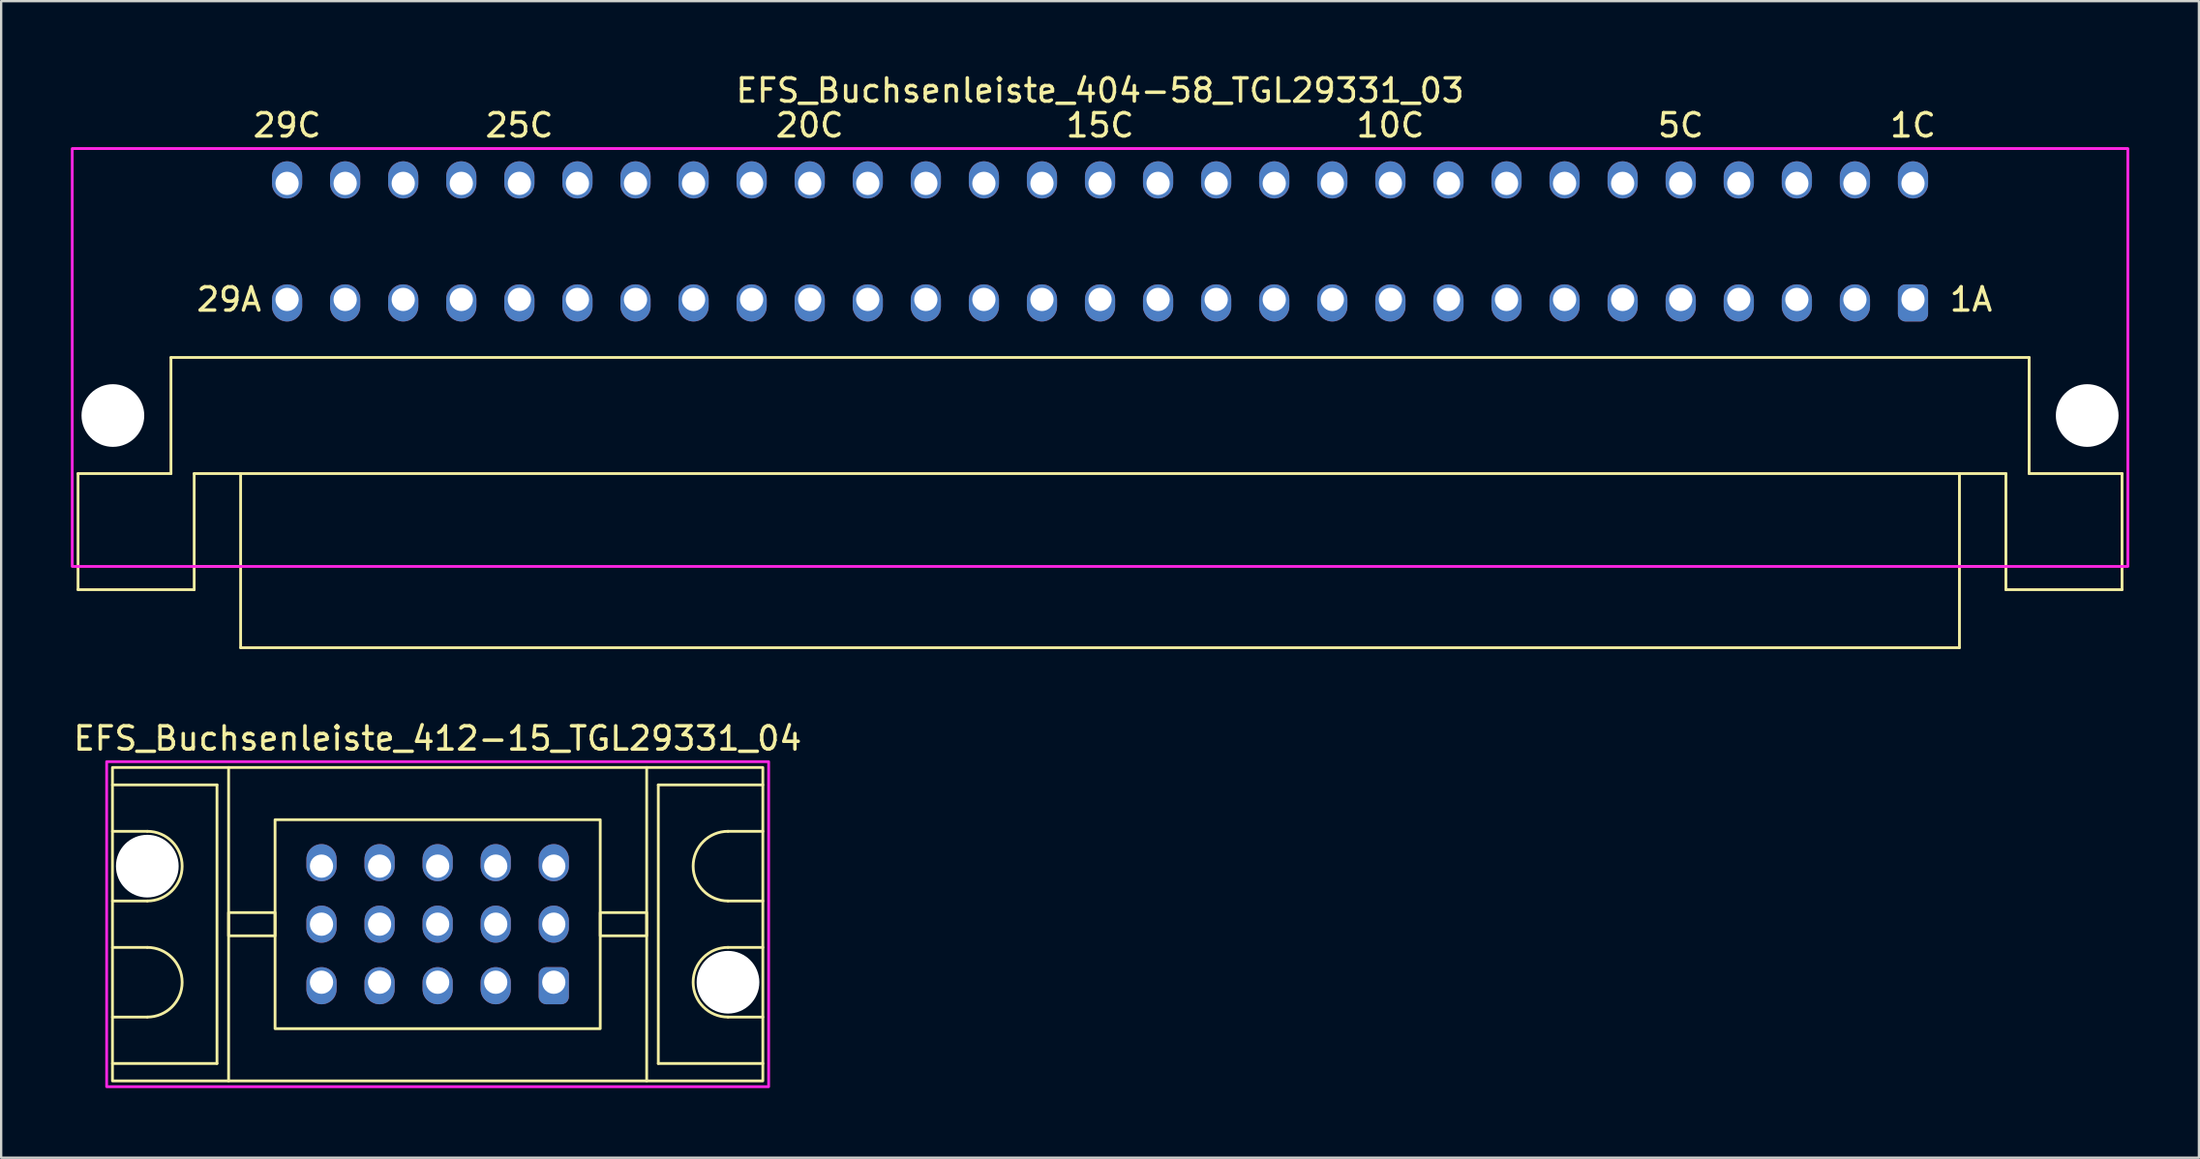
<source format=kicad_pcb>
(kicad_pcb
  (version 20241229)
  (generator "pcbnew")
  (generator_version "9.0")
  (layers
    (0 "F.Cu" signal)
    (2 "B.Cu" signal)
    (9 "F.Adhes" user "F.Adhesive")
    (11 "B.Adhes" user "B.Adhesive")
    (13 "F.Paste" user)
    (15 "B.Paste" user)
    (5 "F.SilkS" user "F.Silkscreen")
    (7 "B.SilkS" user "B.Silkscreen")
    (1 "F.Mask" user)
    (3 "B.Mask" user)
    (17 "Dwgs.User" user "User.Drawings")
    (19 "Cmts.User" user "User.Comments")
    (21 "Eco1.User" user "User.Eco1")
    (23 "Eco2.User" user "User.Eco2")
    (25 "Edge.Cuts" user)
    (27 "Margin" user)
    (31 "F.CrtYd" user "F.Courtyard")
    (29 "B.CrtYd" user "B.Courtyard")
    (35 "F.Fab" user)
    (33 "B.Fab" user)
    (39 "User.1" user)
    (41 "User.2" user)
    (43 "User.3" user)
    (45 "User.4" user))
  (footprint "EFS_Buchsenleiste_404-58_TGL29331_03"
    (layer "F.Cu")
    (at 44.31 21.348)
    (property "Reference" "EFS_Buchsenleiste_404-58_TGL29331_03" (at 0 -20.5 0) (layer "F.SilkS") (effects (font (size 1 1) (thickness 0.15))))
    (attr through_hole)
    (fp_line (start -44 -4) (end -44 1) (stroke (width 0.12) (type solid)) (layer "F.SilkS"))
    (fp_line (start -44 -4) (end -40 -4) (stroke (width 0.12) (type solid)) (layer "F.SilkS"))
    (fp_line (start -44 1) (end -39 1) (stroke (width 0.12) (type solid)) (layer "F.SilkS"))
    (fp_line (start -40 -9) (end -40 -4) (stroke (width 0.12) (type solid)) (layer "F.SilkS"))
    (fp_line (start -39 -4) (end -39 1) (stroke (width 0.12) (type solid)) (layer "F.SilkS"))
    (fp_line (start -39 -4) (end 39 -4) (stroke (width 0.12) (type solid)) (layer "F.SilkS"))
    (fp_line (start -37 0) (end -39 0) (stroke (width 0.12) (type solid)) (layer "F.SilkS"))
    (fp_line (start -37 3.5) (end -37 -4) (stroke (width 0.12) (type solid)) (layer "F.SilkS"))
    (fp_line (start -37 3.5) (end 37 3.5) (stroke (width 0.12) (type solid)) (layer "F.SilkS"))
    (fp_line (start 37 3.5) (end 37 -4) (stroke (width 0.12) (type solid)) (layer "F.SilkS"))
    (fp_line (start 39 -4) (end 39 1) (stroke (width 0.12) (type solid)) (layer "F.SilkS"))
    (fp_line (start 39 0) (end 37 0) (stroke (width 0.12) (type solid)) (layer "F.SilkS"))
    (fp_line (start 39 1) (end 44 1) (stroke (width 0.12) (type solid)) (layer "F.SilkS"))
    (fp_line (start 40 -9) (end -40 -9) (stroke (width 0.12) (type solid)) (layer "F.SilkS"))
    (fp_line (start 40 -9) (end 40 -4) (stroke (width 0.12) (type solid)) (layer "F.SilkS"))
    (fp_line (start 40 -4) (end 44 -4) (stroke (width 0.12) (type solid)) (layer "F.SilkS"))
    (fp_line (start 44 -4) (end 44 1) (stroke (width 0.12) (type solid)) (layer "F.SilkS"))
    (fp_rect (start -44.25 -18) (end 44.25 0) (stroke (width 0.12) (type solid)) (fill no) (layer "F.CrtYd"))
    (fp_text user "5C" (at 25 -19 180) (layer "F.SilkS") (effects (font (size 1 1) (thickness 0.15))))
    (fp_text user "15C" (at 0 -19 180) (layer "F.SilkS") (effects (font (size 1 1) (thickness 0.15))))
    (fp_text user "1A" (at 37.5 -11.5 180) (layer "F.SilkS") (effects (font (size 1 1) (thickness 0.15))))
    (fp_text user "10C" (at 12.5 -19 180) (layer "F.SilkS") (effects (font (size 1 1) (thickness 0.15))))
    (fp_text user "29A" (at -37.5 -11.5 180) (layer "F.SilkS") (effects (font (size 1 1) (thickness 0.15))))
    (fp_text user "25C" (at -25 -19 180) (layer "F.SilkS") (effects (font (size 1 1) (thickness 0.15))))
    (fp_text user "20C" (at -12.5 -19 180) (layer "F.SilkS") (effects (font (size 1 1) (thickness 0.15))))
    (fp_text user "1C" (at 35 -19 180) (layer "F.SilkS") (effects (font (size 1 1) (thickness 0.15))))
    (fp_text user "29C" (at -35 -19 180) (layer "F.SilkS") (effects (font (size 1 1) (thickness 0.15))))
    (pad "" np_thru_hole circle (at -42.5 -6.5 180) (size 2.7 2.7) (drill 2.7) (layers "*.Cu" "*.Mask"))
    (pad "" np_thru_hole circle (at 42.5 -6.5 180) (size 2.7 2.7) (drill 2.7) (layers "*.Cu" "*.Mask"))
    (pad "1a" thru_hole roundrect (at 35 -11.5 180) (size 1.3 1.6) (drill 1 (offset 0 -0.15)) (layers "*.Cu" "*.Mask") (roundrect_rratio 0.25))
    (pad "1c" thru_hole oval (at 35 -16.5 180) (size 1.3 1.6) (drill 1 (offset 0 0.15)) (layers "*.Cu" "*.Mask"))
    (pad "2a" thru_hole oval (at 32.5 -11.5 180) (size 1.3 1.6) (drill 1 (offset 0 -0.15)) (layers "*.Cu" "*.Mask"))
    (pad "2c" thru_hole oval (at 32.5 -16.5 180) (size 1.3 1.6) (drill 1 (offset 0 0.15)) (layers "*.Cu" "*.Mask"))
    (pad "3a" thru_hole oval (at 30 -11.5 180) (size 1.3 1.6) (drill 1 (offset 0 -0.15)) (layers "*.Cu" "*.Mask"))
    (pad "3c" thru_hole oval (at 30 -16.5 180) (size 1.3 1.6) (drill 1 (offset 0 0.15)) (layers "*.Cu" "*.Mask"))
    (pad "4a" thru_hole oval (at 27.5 -11.5 180) (size 1.3 1.6) (drill 1 (offset 0 -0.15)) (layers "*.Cu" "*.Mask"))
    (pad "4c" thru_hole oval (at 27.5 -16.5 180) (size 1.3 1.6) (drill 1 (offset 0 0.15)) (layers "*.Cu" "*.Mask"))
    (pad "5a" thru_hole oval (at 25 -11.5 180) (size 1.3 1.6) (drill 1 (offset 0 -0.15)) (layers "*.Cu" "*.Mask"))
    (pad "5c" thru_hole oval (at 25 -16.5 180) (size 1.3 1.6) (drill 1 (offset 0 0.15)) (layers "*.Cu" "*.Mask"))
    (pad "6a" thru_hole oval (at 22.5 -11.5 180) (size 1.3 1.6) (drill 1 (offset 0 -0.15)) (layers "*.Cu" "*.Mask"))
    (pad "6c" thru_hole oval (at 22.5 -16.5 180) (size 1.3 1.6) (drill 1 (offset 0 0.15)) (layers "*.Cu" "*.Mask"))
    (pad "7a" thru_hole oval (at 20 -11.5 180) (size 1.3 1.6) (drill 1 (offset 0 -0.15)) (layers "*.Cu" "*.Mask"))
    (pad "7c" thru_hole oval (at 20 -16.5 180) (size 1.3 1.6) (drill 1 (offset 0 0.15)) (layers "*.Cu" "*.Mask"))
    (pad "8a" thru_hole oval (at 17.5 -11.5 180) (size 1.3 1.6) (drill 1 (offset 0 -0.15)) (layers "*.Cu" "*.Mask"))
    (pad "8c" thru_hole oval (at 17.5 -16.5 180) (size 1.3 1.6) (drill 1 (offset 0 0.15)) (layers "*.Cu" "*.Mask"))
    (pad "9a" thru_hole oval (at 15 -11.5 180) (size 1.3 1.6) (drill 1 (offset 0 -0.15)) (layers "*.Cu" "*.Mask"))
    (pad "9c" thru_hole oval (at 15 -16.5 180) (size 1.3 1.6) (drill 1 (offset 0 0.15)) (layers "*.Cu" "*.Mask"))
    (pad "10a" thru_hole oval (at 12.5 -11.5 180) (size 1.3 1.6) (drill 1 (offset 0 -0.15)) (layers "*.Cu" "*.Mask"))
    (pad "10c" thru_hole oval (at 12.5 -16.5 180) (size 1.3 1.6) (drill 1 (offset 0 0.15)) (layers "*.Cu" "*.Mask"))
    (pad "11a" thru_hole oval (at 10 -11.5 180) (size 1.3 1.6) (drill 1 (offset 0 -0.15)) (layers "*.Cu" "*.Mask"))
    (pad "11c" thru_hole oval (at 10 -16.5 180) (size 1.3 1.6) (drill 1 (offset 0 0.15)) (layers "*.Cu" "*.Mask"))
    (pad "12a" thru_hole oval (at 7.5 -11.5 180) (size 1.3 1.6) (drill 1 (offset 0 -0.15)) (layers "*.Cu" "*.Mask"))
    (pad "12c" thru_hole oval (at 7.5 -16.5 180) (size 1.3 1.6) (drill 1 (offset 0 0.15)) (layers "*.Cu" "*.Mask"))
    (pad "13a" thru_hole oval (at 5 -11.5 180) (size 1.3 1.6) (drill 1 (offset 0 -0.15)) (layers "*.Cu" "*.Mask"))
    (pad "13c" thru_hole oval (at 5 -16.5 180) (size 1.3 1.6) (drill 1 (offset 0 0.15)) (layers "*.Cu" "*.Mask"))
    (pad "14a" thru_hole oval (at 2.5 -11.5 180) (size 1.3 1.6) (drill 1 (offset 0 -0.15)) (layers "*.Cu" "*.Mask"))
    (pad "14c" thru_hole oval (at 2.5 -16.5 180) (size 1.3 1.6) (drill 1 (offset 0 0.15)) (layers "*.Cu" "*.Mask"))
    (pad "15a" thru_hole oval (at 0 -11.5 180) (size 1.3 1.6) (drill 1 (offset 0 -0.15)) (layers "*.Cu" "*.Mask"))
    (pad "15c" thru_hole oval (at 0 -16.5 180) (size 1.3 1.6) (drill 1 (offset 0 0.15)) (layers "*.Cu" "*.Mask"))
    (pad "16a" thru_hole oval (at -2.5 -11.5 180) (size 1.3 1.6) (drill 1 (offset 0 -0.15)) (layers "*.Cu" "*.Mask"))
    (pad "16c" thru_hole oval (at -2.5 -16.5 180) (size 1.3 1.6) (drill 1 (offset 0 0.15)) (layers "*.Cu" "*.Mask"))
    (pad "17a" thru_hole oval (at -5 -11.5 180) (size 1.3 1.6) (drill 1 (offset 0 -0.15)) (layers "*.Cu" "*.Mask"))
    (pad "17c" thru_hole oval (at -5 -16.5 180) (size 1.3 1.6) (drill 1 (offset 0 0.15)) (layers "*.Cu" "*.Mask"))
    (pad "18a" thru_hole oval (at -7.5 -11.5 180) (size 1.3 1.6) (drill 1 (offset 0 -0.15)) (layers "*.Cu" "*.Mask"))
    (pad "18c" thru_hole oval (at -7.5 -16.5 180) (size 1.3 1.6) (drill 1 (offset 0 0.15)) (layers "*.Cu" "*.Mask"))
    (pad "19a" thru_hole oval (at -10 -11.5 180) (size 1.3 1.6) (drill 1 (offset 0 -0.15)) (layers "*.Cu" "*.Mask"))
    (pad "19c" thru_hole oval (at -10 -16.5 180) (size 1.3 1.6) (drill 1 (offset 0 0.15)) (layers "*.Cu" "*.Mask"))
    (pad "20a" thru_hole oval (at -12.5 -11.5 180) (size 1.3 1.6) (drill 1 (offset 0 -0.15)) (layers "*.Cu" "*.Mask"))
    (pad "20c" thru_hole oval (at -12.5 -16.5 180) (size 1.3 1.6) (drill 1 (offset 0 0.15)) (layers "*.Cu" "*.Mask"))
    (pad "21a" thru_hole oval (at -15 -11.5 180) (size 1.3 1.6) (drill 1 (offset 0 -0.15)) (layers "*.Cu" "*.Mask"))
    (pad "21c" thru_hole oval (at -15 -16.5 180) (size 1.3 1.6) (drill 1 (offset 0 0.15)) (layers "*.Cu" "*.Mask"))
    (pad "22a" thru_hole oval (at -17.5 -11.5 180) (size 1.3 1.6) (drill 1 (offset 0 -0.15)) (layers "*.Cu" "*.Mask"))
    (pad "22c" thru_hole oval (at -17.5 -16.5 180) (size 1.3 1.6) (drill 1 (offset 0 0.15)) (layers "*.Cu" "*.Mask"))
    (pad "23a" thru_hole oval (at -20 -11.5 180) (size 1.3 1.6) (drill 1 (offset 0 -0.15)) (layers "*.Cu" "*.Mask"))
    (pad "23c" thru_hole oval (at -20 -16.5 180) (size 1.3 1.6) (drill 1 (offset 0 0.15)) (layers "*.Cu" "*.Mask"))
    (pad "24a" thru_hole oval (at -22.5 -11.5 180) (size 1.3 1.6) (drill 1 (offset 0 -0.15)) (layers "*.Cu" "*.Mask"))
    (pad "24c" thru_hole oval (at -22.5 -16.5 180) (size 1.3 1.6) (drill 1 (offset 0 0.15)) (layers "*.Cu" "*.Mask"))
    (pad "25a" thru_hole oval (at -25 -11.5 180) (size 1.3 1.6) (drill 1 (offset 0 -0.15)) (layers "*.Cu" "*.Mask"))
    (pad "25c" thru_hole oval (at -25 -16.5 180) (size 1.3 1.6) (drill 1 (offset 0 0.15)) (layers "*.Cu" "*.Mask"))
    (pad "26a" thru_hole oval (at -27.5 -11.5 180) (size 1.3 1.6) (drill 1 (offset 0 -0.15)) (layers "*.Cu" "*.Mask"))
    (pad "26c" thru_hole oval (at -27.5 -16.5 180) (size 1.3 1.6) (drill 1 (offset 0 0.15)) (layers "*.Cu" "*.Mask"))
    (pad "27a" thru_hole oval (at -30 -11.5 180) (size 1.3 1.6) (drill 1 (offset 0 -0.15)) (layers "*.Cu" "*.Mask"))
    (pad "27c" thru_hole oval (at -30 -16.5 180) (size 1.3 1.6) (drill 1 (offset 0 0.15)) (layers "*.Cu" "*.Mask"))
    (pad "28a" thru_hole oval (at -32.5 -11.5 180) (size 1.3 1.6) (drill 1 (offset 0 -0.15)) (layers "*.Cu" "*.Mask"))
    (pad "28c" thru_hole oval (at -32.5 -16.5 180) (size 1.3 1.6) (drill 1 (offset 0 0.15)) (layers "*.Cu" "*.Mask"))
    (pad "29a" thru_hole oval (at -35 -11.5 180) (size 1.3 1.6) (drill 1 (offset 0 -0.15)) (layers "*.Cu" "*.Mask"))
    (pad "29c" thru_hole oval (at -35 -16.5 180) (size 1.3 1.6) (drill 1 (offset 0 0.15)) (layers "*.Cu" "*.Mask")))
  (footprint "EFS_Buchsenleiste_412-15_TGL29331_04"
    (layer "F.Cu")
    (at 15.792 36.757)
    (property "Reference" "EFS_Buchsenleiste_412-15_TGL29331_04" (at 0 -8 180) (layer "F.SilkS") (effects (font (size 1 1) (thickness 0.15))))
    (attr through_hole)
    (fp_line (start -14 -6) (end -9.5 -6) (stroke (width 0.12) (type solid)) (layer "F.SilkS"))
    (fp_line (start -12.5 -4) (end -14 -4) (stroke (width 0.12) (type solid)) (layer "F.SilkS"))
    (fp_line (start -12.5 -1) (end -14 -1) (stroke (width 0.12) (type solid)) (layer "F.SilkS"))
    (fp_line (start -12.5 1) (end -14 1) (stroke (width 0.12) (type solid)) (layer "F.SilkS"))
    (fp_line (start -12.5 4) (end -14 4) (stroke (width 0.12) (type solid)) (layer "F.SilkS"))
    (fp_line (start -9.5 -6) (end -9.5 6) (stroke (width 0.12) (type solid)) (layer "F.SilkS"))
    (fp_line (start -9.5 6) (end -14 6) (stroke (width 0.12) (type solid)) (layer "F.SilkS"))
    (fp_line (start -9 6.75) (end -9 -6.75) (stroke (width 0.12) (type solid)) (layer "F.SilkS"))
    (fp_line (start 9 6.75) (end 9 -6.75) (stroke (width 0.12) (type solid)) (layer "F.SilkS"))
    (fp_line (start 9.5 -6) (end 9.5 6) (stroke (width 0.12) (type solid)) (layer "F.SilkS"))
    (fp_line (start 9.5 6) (end 14 6) (stroke (width 0.12) (type solid)) (layer "F.SilkS"))
    (fp_line (start 12.5 -4) (end 14 -4) (stroke (width 0.12) (type solid)) (layer "F.SilkS"))
    (fp_line (start 12.5 -1) (end 14 -1) (stroke (width 0.12) (type solid)) (layer "F.SilkS"))
    (fp_line (start 12.5 1) (end 14 1) (stroke (width 0.12) (type solid)) (layer "F.SilkS"))
    (fp_line (start 12.5 4) (end 14 4) (stroke (width 0.12) (type solid)) (layer "F.SilkS"))
    (fp_line (start 14 -6) (end 9.5 -6) (stroke (width 0.12) (type solid)) (layer "F.SilkS"))
    (fp_rect (start -14 -6.75) (end 14 6.75) (stroke (width 0.12) (type solid)) (fill no) (layer "F.SilkS"))
    (fp_rect (start -9 -0.5) (end -7 0.5) (stroke (width 0.12) (type solid)) (fill no) (layer "F.SilkS"))
    (fp_rect (start -7 -4.5) (end 7 4.5) (stroke (width 0.12) (type solid)) (fill no) (layer "F.SilkS"))
    (fp_rect (start 9 -0.5) (end 7 0.5) (stroke (width 0.12) (type solid)) (fill no) (layer "F.SilkS"))
    (fp_arc (start -12.5 -4) (mid -11 -2.5) (end -12.5 -1) (stroke (width 0.12) (type solid)) (layer "F.SilkS"))
    (fp_arc (start -12.5 1) (mid -11 2.5) (end -12.5 4) (stroke (width 0.12) (type solid)) (layer "F.SilkS"))
    (fp_arc (start 12.5 -1) (mid 11 -2.5) (end 12.5 -4) (stroke (width 0.12) (type solid)) (layer "F.SilkS"))
    (fp_arc (start 12.5 4) (mid 11 2.5) (end 12.5 1) (stroke (width 0.12) (type solid)) (layer "F.SilkS"))
    (fp_rect (start -14.25 -7) (end 14.25 7) (stroke (width 0.12) (type solid)) (fill no) (layer "F.CrtYd"))
    (pad "" np_thru_hole circle (at -12.5 -2.5) (size 2.7 2.7) (drill 2.7) (layers "*.Cu" "*.Mask"))
    (pad "" np_thru_hole circle (at 12.5 2.5) (size 2.7 2.7) (drill 2.7) (layers "*.Cu" "*.Mask"))
    (pad "1a" thru_hole roundrect (at 5 2.5 180) (size 1.3 1.6) (drill 1 (offset 0 -0.15)) (layers "*.Cu" "*.Mask") (roundrect_rratio 0.25))
    (pad "1b" thru_hole oval (at 5 0 180) (size 1.3 1.6) (drill 1) (layers "*.Cu" "*.Mask"))
    (pad "1c" thru_hole oval (at 5 -2.5 180) (size 1.3 1.6) (drill 1 (offset 0 0.15)) (layers "*.Cu" "*.Mask"))
    (pad "2a" thru_hole oval (at 2.5 2.5 180) (size 1.3 1.6) (drill 1 (offset 0 -0.15)) (layers "*.Cu" "*.Mask"))
    (pad "2b" thru_hole oval (at 2.5 0 180) (size 1.3 1.6) (drill 1) (layers "*.Cu" "*.Mask"))
    (pad "2c" thru_hole oval (at 2.5 -2.5 180) (size 1.3 1.6) (drill 1 (offset 0 0.15)) (layers "*.Cu" "*.Mask"))
    (pad "3a" thru_hole oval (at 0 2.5 180) (size 1.3 1.6) (drill 1 (offset 0 -0.15)) (layers "*.Cu" "*.Mask"))
    (pad "3b" thru_hole oval (at 0 0 180) (size 1.3 1.6) (drill 1) (layers "*.Cu" "*.Mask"))
    (pad "3c" thru_hole oval (at 0 -2.5 180) (size 1.3 1.6) (drill 1 (offset 0 0.15)) (layers "*.Cu" "*.Mask"))
    (pad "4a" thru_hole oval (at -2.5 2.5 180) (size 1.3 1.6) (drill 1 (offset 0 -0.15)) (layers "*.Cu" "*.Mask"))
    (pad "4b" thru_hole oval (at -2.5 0 180) (size 1.3 1.6) (drill 1) (layers "*.Cu" "*.Mask"))
    (pad "4c" thru_hole oval (at -2.5 -2.5 180) (size 1.3 1.6) (drill 1 (offset 0 0.15)) (layers "*.Cu" "*.Mask"))
    (pad "5a" thru_hole oval (at -5 2.5 180) (size 1.3 1.6) (drill 1 (offset 0 -0.15)) (layers "*.Cu" "*.Mask"))
    (pad "5b" thru_hole oval (at -5 0 180) (size 1.3 1.6) (drill 1) (layers "*.Cu" "*.Mask"))
    (pad "5c" thru_hole oval (at -5 -2.5 180) (size 1.3 1.6) (drill 1 (offset 0 0.15)) (layers "*.Cu" "*.Mask")))
  (gr_rect
    (start -3 -3)
    (end 91.62 46.816)
    (stroke (width 0.1) (type default))
    (fill no)
    (layer "Edge.Cuts")))
</source>
